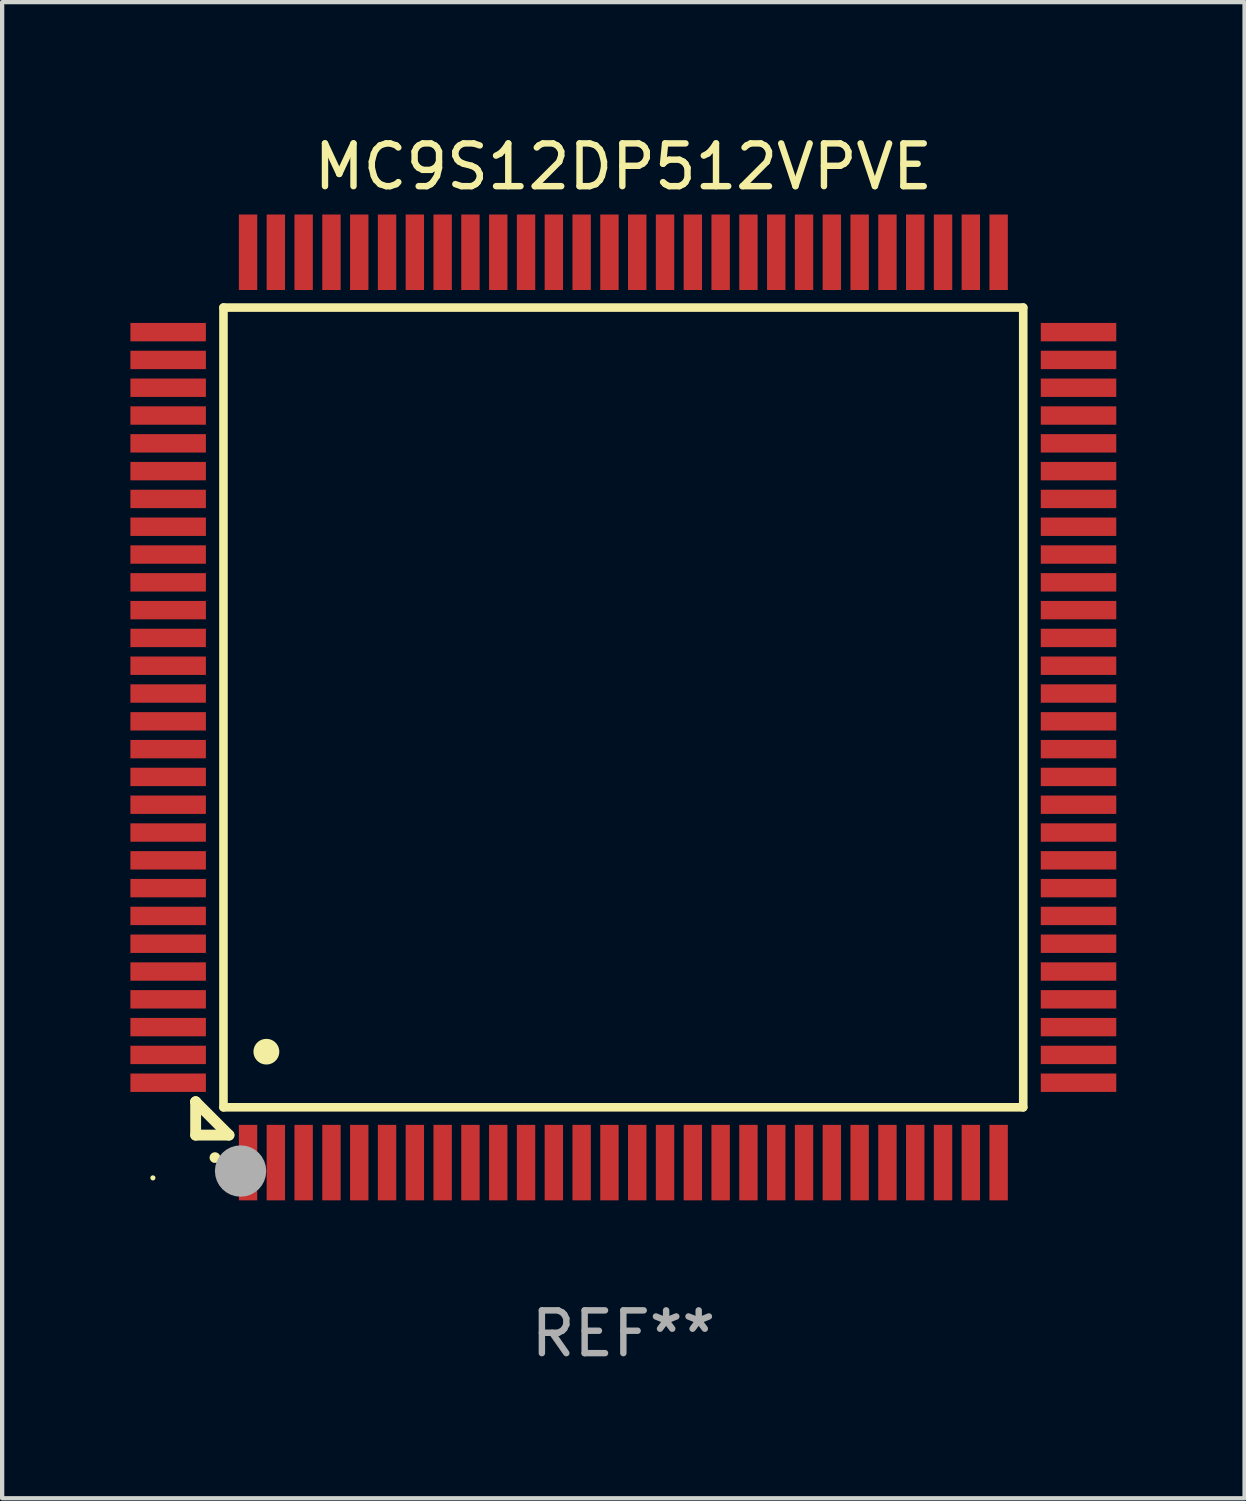
<source format=kicad_pcb>
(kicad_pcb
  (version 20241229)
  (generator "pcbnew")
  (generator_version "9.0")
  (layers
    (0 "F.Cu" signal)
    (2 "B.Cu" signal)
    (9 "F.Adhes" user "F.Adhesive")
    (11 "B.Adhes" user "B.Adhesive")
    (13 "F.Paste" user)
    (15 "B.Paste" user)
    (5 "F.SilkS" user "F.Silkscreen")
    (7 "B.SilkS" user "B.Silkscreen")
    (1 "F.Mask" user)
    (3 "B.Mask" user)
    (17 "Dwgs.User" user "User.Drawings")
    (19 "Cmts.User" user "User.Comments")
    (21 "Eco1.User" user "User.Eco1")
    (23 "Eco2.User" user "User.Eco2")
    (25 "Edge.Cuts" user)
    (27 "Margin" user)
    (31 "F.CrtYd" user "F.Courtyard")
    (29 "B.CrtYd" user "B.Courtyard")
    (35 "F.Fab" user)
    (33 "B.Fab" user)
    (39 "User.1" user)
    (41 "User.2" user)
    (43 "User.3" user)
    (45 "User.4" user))
  (footprint "MC9S12DP512VPVE"
    (layer "F.Cu")
    (at 11.525 13.491)
    (property "Reference" "MC9S12DP512VPVE" (at 0 -12.643 0) (layer "F.SilkS") (effects (font (size 1 1) (thickness 0.15))))
    (attr through_hole)
    (fp_line (start -10 9.221) (end -10 9.221) (stroke (width 0.254) (type solid)) (layer "F.SilkS"))
    (fp_line (start -10 9.221) (end -10 10) (stroke (width 0.254) (type solid)) (layer "F.SilkS"))
    (fp_line (start -10 9.221) (end -9.221 10) (stroke (width 0.254) (type solid)) (layer "F.SilkS"))
    (fp_line (start -10 10) (end -9.221 10) (stroke (width 0.254) (type solid)) (layer "F.SilkS"))
    (fp_line (start -9.35 -9.35) (end -9.35 9.35) (stroke (width 0.201) (type solid)) (layer "F.SilkS"))
    (fp_line (start -9.35 9.35) (end 9.35 9.35) (stroke (width 0.201) (type solid)) (layer "F.SilkS"))
    (fp_line (start 9.35 -9.35) (end -9.35 -9.35) (stroke (width 0.201) (type solid)) (layer "F.SilkS"))
    (fp_line (start 9.35 9.35) (end 9.35 -9.35) (stroke (width 0.201) (type solid)) (layer "F.SilkS"))
    (fp_arc (start -9.550546 10.525832) (mid -9.549276 10.525826) (end -9.548006 10.525832) (stroke (width 0.24892) (type solid)) (layer "F.SilkS"))
    (fp_arc (start -8.349124 8.049327) (mid -8.346584 8.049316) (end -8.344044 8.049327) (stroke (width 0.599441) (type solid)) (layer "F.SilkS"))
    (fp_circle (center -11 11) (end -10.97 11) (stroke (width 0.06) (type solid)) (fill no) (layer "F.SilkS"))
    (fp_circle (center -8.95 10.84) (end -8.65 10.84) (stroke (width 0.6) (type solid)) (fill no) (layer "F.Fab"))
    (fp_text user "REF**" (at 0 14.643 0) (layer "F.Fab") (effects (font (size 1 1) (thickness 0.15))))
    (pad "1" smd rect (at -8.775 10.643) (size 0.43 1.765) (layers "F.Cu" "F.Mask" "F.Paste"))
    (pad "2" smd rect (at -8.125 10.643) (size 0.43 1.765) (layers "F.Cu" "F.Mask" "F.Paste"))
    (pad "3" smd rect (at -7.475 10.643) (size 0.43 1.765) (layers "F.Cu" "F.Mask" "F.Paste"))
    (pad "4" smd rect (at -6.825 10.643) (size 0.43 1.765) (layers "F.Cu" "F.Mask" "F.Paste"))
    (pad "5" smd rect (at -6.175 10.643) (size 0.43 1.765) (layers "F.Cu" "F.Mask" "F.Paste"))
    (pad "6" smd rect (at -5.525 10.643) (size 0.43 1.765) (layers "F.Cu" "F.Mask" "F.Paste"))
    (pad "7" smd rect (at -4.875 10.643) (size 0.43 1.765) (layers "F.Cu" "F.Mask" "F.Paste"))
    (pad "8" smd rect (at -4.225 10.643) (size 0.43 1.765) (layers "F.Cu" "F.Mask" "F.Paste"))
    (pad "9" smd rect (at -3.575 10.643) (size 0.43 1.765) (layers "F.Cu" "F.Mask" "F.Paste"))
    (pad "10" smd rect (at -2.925 10.643) (size 0.43 1.765) (layers "F.Cu" "F.Mask" "F.Paste"))
    (pad "11" smd rect (at -2.275 10.643) (size 0.43 1.765) (layers "F.Cu" "F.Mask" "F.Paste"))
    (pad "12" smd rect (at -1.625 10.643) (size 0.43 1.765) (layers "F.Cu" "F.Mask" "F.Paste"))
    (pad "13" smd rect (at -0.975 10.643) (size 0.43 1.765) (layers "F.Cu" "F.Mask" "F.Paste"))
    (pad "14" smd rect (at -0.325 10.643) (size 0.43 1.765) (layers "F.Cu" "F.Mask" "F.Paste"))
    (pad "15" smd rect (at 0.325 10.643) (size 0.43 1.765) (layers "F.Cu" "F.Mask" "F.Paste"))
    (pad "16" smd rect (at 0.975 10.643) (size 0.43 1.765) (layers "F.Cu" "F.Mask" "F.Paste"))
    (pad "17" smd rect (at 1.625 10.643) (size 0.43 1.765) (layers "F.Cu" "F.Mask" "F.Paste"))
    (pad "18" smd rect (at 2.275 10.643) (size 0.43 1.765) (layers "F.Cu" "F.Mask" "F.Paste"))
    (pad "19" smd rect (at 2.925 10.643) (size 0.43 1.765) (layers "F.Cu" "F.Mask" "F.Paste"))
    (pad "20" smd rect (at 3.575 10.643) (size 0.43 1.765) (layers "F.Cu" "F.Mask" "F.Paste"))
    (pad "21" smd rect (at 4.225 10.643) (size 0.43 1.765) (layers "F.Cu" "F.Mask" "F.Paste"))
    (pad "22" smd rect (at 4.875 10.643) (size 0.43 1.765) (layers "F.Cu" "F.Mask" "F.Paste"))
    (pad "23" smd rect (at 5.525 10.643) (size 0.43 1.765) (layers "F.Cu" "F.Mask" "F.Paste"))
    (pad "24" smd rect (at 6.175 10.643) (size 0.43 1.765) (layers "F.Cu" "F.Mask" "F.Paste"))
    (pad "25" smd rect (at 6.825 10.643) (size 0.43 1.765) (layers "F.Cu" "F.Mask" "F.Paste"))
    (pad "26" smd rect (at 7.475 10.643) (size 0.43 1.765) (layers "F.Cu" "F.Mask" "F.Paste"))
    (pad "27" smd rect (at 8.125 10.643) (size 0.43 1.765) (layers "F.Cu" "F.Mask" "F.Paste"))
    (pad "28" smd rect (at 8.775 10.643) (size 0.43 1.765) (layers "F.Cu" "F.Mask" "F.Paste"))
    (pad "29" smd rect (at 10.643 8.775) (size 1.765 0.43) (layers "F.Cu" "F.Mask" "F.Paste"))
    (pad "30" smd rect (at 10.643 8.125) (size 1.765 0.43) (layers "F.Cu" "F.Mask" "F.Paste"))
    (pad "31" smd rect (at 10.643 7.475) (size 1.765 0.43) (layers "F.Cu" "F.Mask" "F.Paste"))
    (pad "32" smd rect (at 10.643 6.825) (size 1.765 0.43) (layers "F.Cu" "F.Mask" "F.Paste"))
    (pad "33" smd rect (at 10.643 6.175) (size 1.765 0.43) (layers "F.Cu" "F.Mask" "F.Paste"))
    (pad "34" smd rect (at 10.643 5.525) (size 1.765 0.43) (layers "F.Cu" "F.Mask" "F.Paste"))
    (pad "35" smd rect (at 10.643 4.875) (size 1.765 0.43) (layers "F.Cu" "F.Mask" "F.Paste"))
    (pad "36" smd rect (at 10.643 4.225) (size 1.765 0.43) (layers "F.Cu" "F.Mask" "F.Paste"))
    (pad "37" smd rect (at 10.643 3.575) (size 1.765 0.43) (layers "F.Cu" "F.Mask" "F.Paste"))
    (pad "38" smd rect (at 10.643 2.925) (size 1.765 0.43) (layers "F.Cu" "F.Mask" "F.Paste"))
    (pad "39" smd rect (at 10.643 2.275) (size 1.765 0.43) (layers "F.Cu" "F.Mask" "F.Paste"))
    (pad "40" smd rect (at 10.643 1.625) (size 1.765 0.43) (layers "F.Cu" "F.Mask" "F.Paste"))
    (pad "41" smd rect (at 10.643 0.975) (size 1.765 0.43) (layers "F.Cu" "F.Mask" "F.Paste"))
    (pad "42" smd rect (at 10.643 0.325) (size 1.765 0.43) (layers "F.Cu" "F.Mask" "F.Paste"))
    (pad "43" smd rect (at 10.643 -0.325) (size 1.765 0.43) (layers "F.Cu" "F.Mask" "F.Paste"))
    (pad "44" smd rect (at 10.643 -0.975) (size 1.765 0.43) (layers "F.Cu" "F.Mask" "F.Paste"))
    (pad "45" smd rect (at 10.643 -1.625) (size 1.765 0.43) (layers "F.Cu" "F.Mask" "F.Paste"))
    (pad "46" smd rect (at 10.643 -2.275) (size 1.765 0.43) (layers "F.Cu" "F.Mask" "F.Paste"))
    (pad "47" smd rect (at 10.643 -2.925) (size 1.765 0.43) (layers "F.Cu" "F.Mask" "F.Paste"))
    (pad "48" smd rect (at 10.643 -3.575) (size 1.765 0.43) (layers "F.Cu" "F.Mask" "F.Paste"))
    (pad "49" smd rect (at 10.643 -4.225) (size 1.765 0.43) (layers "F.Cu" "F.Mask" "F.Paste"))
    (pad "50" smd rect (at 10.643 -4.875) (size 1.765 0.43) (layers "F.Cu" "F.Mask" "F.Paste"))
    (pad "51" smd rect (at 10.643 -5.525) (size 1.765 0.43) (layers "F.Cu" "F.Mask" "F.Paste"))
    (pad "52" smd rect (at 10.643 -6.175) (size 1.765 0.43) (layers "F.Cu" "F.Mask" "F.Paste"))
    (pad "53" smd rect (at 10.643 -6.825) (size 1.765 0.43) (layers "F.Cu" "F.Mask" "F.Paste"))
    (pad "54" smd rect (at 10.643 -7.475) (size 1.765 0.43) (layers "F.Cu" "F.Mask" "F.Paste"))
    (pad "55" smd rect (at 10.643 -8.125) (size 1.765 0.43) (layers "F.Cu" "F.Mask" "F.Paste"))
    (pad "56" smd rect (at 10.643 -8.775) (size 1.765 0.43) (layers "F.Cu" "F.Mask" "F.Paste"))
    (pad "57" smd rect (at 8.775 -10.643) (size 0.43 1.765) (layers "F.Cu" "F.Mask" "F.Paste"))
    (pad "58" smd rect (at 8.125 -10.643) (size 0.43 1.765) (layers "F.Cu" "F.Mask" "F.Paste"))
    (pad "59" smd rect (at 7.475 -10.643) (size 0.43 1.765) (layers "F.Cu" "F.Mask" "F.Paste"))
    (pad "60" smd rect (at 6.825 -10.643) (size 0.43 1.765) (layers "F.Cu" "F.Mask" "F.Paste"))
    (pad "61" smd rect (at 6.175 -10.643) (size 0.43 1.765) (layers "F.Cu" "F.Mask" "F.Paste"))
    (pad "62" smd rect (at 5.525 -10.643) (size 0.43 1.765) (layers "F.Cu" "F.Mask" "F.Paste"))
    (pad "63" smd rect (at 4.875 -10.643) (size 0.43 1.765) (layers "F.Cu" "F.Mask" "F.Paste"))
    (pad "64" smd rect (at 4.225 -10.643) (size 0.43 1.765) (layers "F.Cu" "F.Mask" "F.Paste"))
    (pad "65" smd rect (at 3.575 -10.643) (size 0.43 1.765) (layers "F.Cu" "F.Mask" "F.Paste"))
    (pad "66" smd rect (at 2.925 -10.643) (size 0.43 1.765) (layers "F.Cu" "F.Mask" "F.Paste"))
    (pad "67" smd rect (at 2.275 -10.643) (size 0.43 1.765) (layers "F.Cu" "F.Mask" "F.Paste"))
    (pad "68" smd rect (at 1.625 -10.643) (size 0.43 1.765) (layers "F.Cu" "F.Mask" "F.Paste"))
    (pad "69" smd rect (at 0.975 -10.643) (size 0.43 1.765) (layers "F.Cu" "F.Mask" "F.Paste"))
    (pad "70" smd rect (at 0.325 -10.643) (size 0.43 1.765) (layers "F.Cu" "F.Mask" "F.Paste"))
    (pad "71" smd rect (at -0.325 -10.643) (size 0.43 1.765) (layers "F.Cu" "F.Mask" "F.Paste"))
    (pad "72" smd rect (at -0.975 -10.643) (size 0.43 1.765) (layers "F.Cu" "F.Mask" "F.Paste"))
    (pad "73" smd rect (at -1.625 -10.643) (size 0.43 1.765) (layers "F.Cu" "F.Mask" "F.Paste"))
    (pad "74" smd rect (at -2.275 -10.643) (size 0.43 1.765) (layers "F.Cu" "F.Mask" "F.Paste"))
    (pad "75" smd rect (at -2.925 -10.643) (size 0.43 1.765) (layers "F.Cu" "F.Mask" "F.Paste"))
    (pad "76" smd rect (at -3.575 -10.643) (size 0.43 1.765) (layers "F.Cu" "F.Mask" "F.Paste"))
    (pad "77" smd rect (at -4.225 -10.643) (size 0.43 1.765) (layers "F.Cu" "F.Mask" "F.Paste"))
    (pad "78" smd rect (at -4.875 -10.643) (size 0.43 1.765) (layers "F.Cu" "F.Mask" "F.Paste"))
    (pad "79" smd rect (at -5.525 -10.643) (size 0.43 1.765) (layers "F.Cu" "F.Mask" "F.Paste"))
    (pad "80" smd rect (at -6.175 -10.643) (size 0.43 1.765) (layers "F.Cu" "F.Mask" "F.Paste"))
    (pad "81" smd rect (at -6.825 -10.643) (size 0.43 1.765) (layers "F.Cu" "F.Mask" "F.Paste"))
    (pad "82" smd rect (at -7.475 -10.643) (size 0.43 1.765) (layers "F.Cu" "F.Mask" "F.Paste"))
    (pad "83" smd rect (at -8.125 -10.643) (size 0.43 1.765) (layers "F.Cu" "F.Mask" "F.Paste"))
    (pad "84" smd rect (at -8.775 -10.643) (size 0.43 1.765) (layers "F.Cu" "F.Mask" "F.Paste"))
    (pad "85" smd rect (at -10.643 -8.775) (size 1.765 0.43) (layers "F.Cu" "F.Mask" "F.Paste"))
    (pad "86" smd rect (at -10.643 -8.125) (size 1.765 0.43) (layers "F.Cu" "F.Mask" "F.Paste"))
    (pad "87" smd rect (at -10.643 -7.475) (size 1.765 0.43) (layers "F.Cu" "F.Mask" "F.Paste"))
    (pad "88" smd rect (at -10.643 -6.825) (size 1.765 0.43) (layers "F.Cu" "F.Mask" "F.Paste"))
    (pad "89" smd rect (at -10.643 -6.175) (size 1.765 0.43) (layers "F.Cu" "F.Mask" "F.Paste"))
    (pad "90" smd rect (at -10.643 -5.525) (size 1.765 0.43) (layers "F.Cu" "F.Mask" "F.Paste"))
    (pad "91" smd rect (at -10.643 -4.875) (size 1.765 0.43) (layers "F.Cu" "F.Mask" "F.Paste"))
    (pad "92" smd rect (at -10.643 -4.225) (size 1.765 0.43) (layers "F.Cu" "F.Mask" "F.Paste"))
    (pad "93" smd rect (at -10.643 -3.575) (size 1.765 0.43) (layers "F.Cu" "F.Mask" "F.Paste"))
    (pad "94" smd rect (at -10.643 -2.925) (size 1.765 0.43) (layers "F.Cu" "F.Mask" "F.Paste"))
    (pad "95" smd rect (at -10.643 -2.275) (size 1.765 0.43) (layers "F.Cu" "F.Mask" "F.Paste"))
    (pad "96" smd rect (at -10.643 -1.625) (size 1.765 0.43) (layers "F.Cu" "F.Mask" "F.Paste"))
    (pad "97" smd rect (at -10.643 -0.975) (size 1.765 0.43) (layers "F.Cu" "F.Mask" "F.Paste"))
    (pad "98" smd rect (at -10.643 -0.325) (size 1.765 0.43) (layers "F.Cu" "F.Mask" "F.Paste"))
    (pad "99" smd rect (at -10.643 0.325) (size 1.765 0.43) (layers "F.Cu" "F.Mask" "F.Paste"))
    (pad "100" smd rect (at -10.643 0.975) (size 1.765 0.43) (layers "F.Cu" "F.Mask" "F.Paste"))
    (pad "101" smd rect (at -10.643 1.625) (size 1.765 0.43) (layers "F.Cu" "F.Mask" "F.Paste"))
    (pad "102" smd rect (at -10.643 2.275) (size 1.765 0.43) (layers "F.Cu" "F.Mask" "F.Paste"))
    (pad "103" smd rect (at -10.643 2.925) (size 1.765 0.43) (layers "F.Cu" "F.Mask" "F.Paste"))
    (pad "104" smd rect (at -10.643 3.575) (size 1.765 0.43) (layers "F.Cu" "F.Mask" "F.Paste"))
    (pad "105" smd rect (at -10.643 4.225) (size 1.765 0.43) (layers "F.Cu" "F.Mask" "F.Paste"))
    (pad "106" smd rect (at -10.643 4.875) (size 1.765 0.43) (layers "F.Cu" "F.Mask" "F.Paste"))
    (pad "107" smd rect (at -10.643 5.525) (size 1.765 0.43) (layers "F.Cu" "F.Mask" "F.Paste"))
    (pad "108" smd rect (at -10.643 6.175) (size 1.765 0.43) (layers "F.Cu" "F.Mask" "F.Paste"))
    (pad "109" smd rect (at -10.643 6.825) (size 1.765 0.43) (layers "F.Cu" "F.Mask" "F.Paste"))
    (pad "110" smd rect (at -10.643 7.475) (size 1.765 0.43) (layers "F.Cu" "F.Mask" "F.Paste"))
    (pad "111" smd rect (at -10.643 8.125) (size 1.765 0.43) (layers "F.Cu" "F.Mask" "F.Paste"))
    (pad "112" smd rect (at -10.643 8.775) (size 1.765 0.43) (layers "F.Cu" "F.Mask" "F.Paste")))
  (gr_rect
    (start -3 -3)
    (end 26.05 31.982)
    (stroke (width 0.1) (type default))
    (fill no)
    (layer "Edge.Cuts")))
</source>
